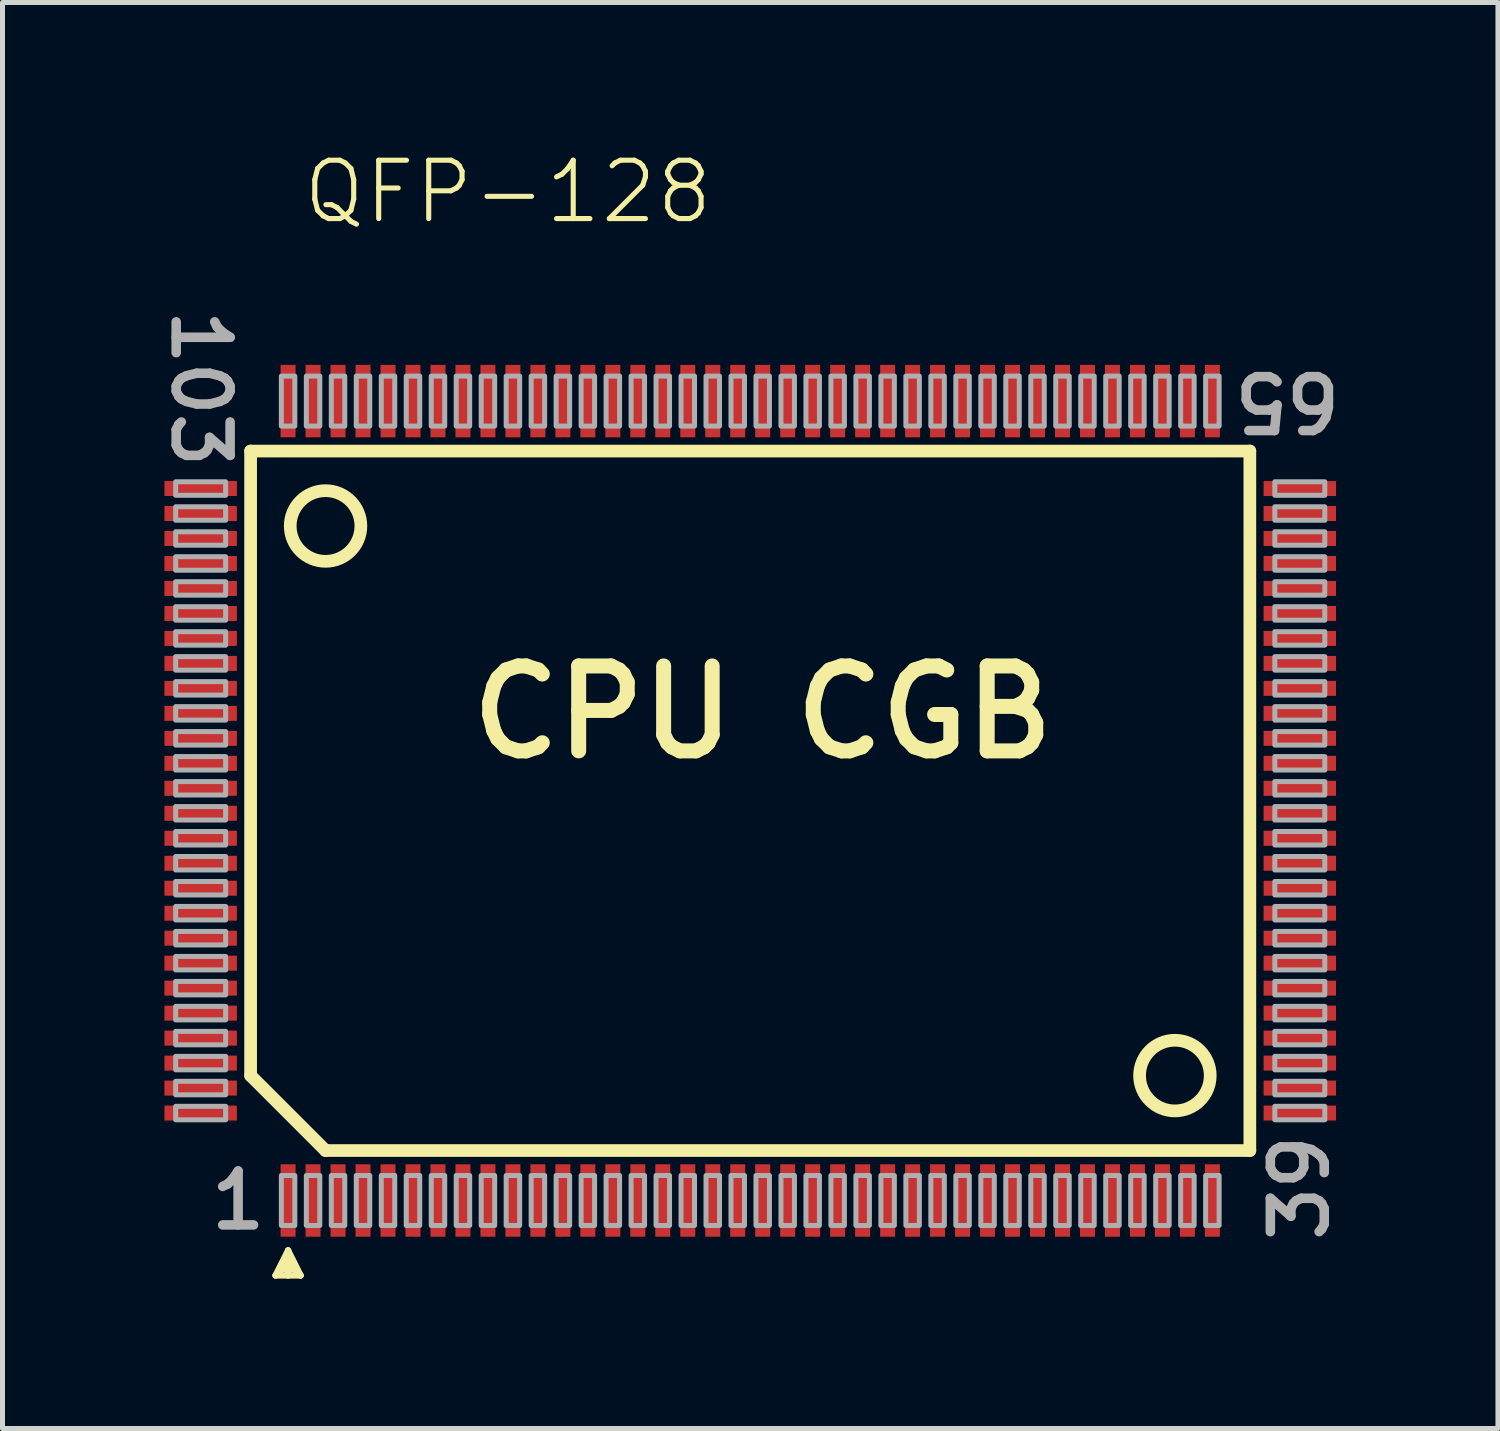
<source format=kicad_pcb>
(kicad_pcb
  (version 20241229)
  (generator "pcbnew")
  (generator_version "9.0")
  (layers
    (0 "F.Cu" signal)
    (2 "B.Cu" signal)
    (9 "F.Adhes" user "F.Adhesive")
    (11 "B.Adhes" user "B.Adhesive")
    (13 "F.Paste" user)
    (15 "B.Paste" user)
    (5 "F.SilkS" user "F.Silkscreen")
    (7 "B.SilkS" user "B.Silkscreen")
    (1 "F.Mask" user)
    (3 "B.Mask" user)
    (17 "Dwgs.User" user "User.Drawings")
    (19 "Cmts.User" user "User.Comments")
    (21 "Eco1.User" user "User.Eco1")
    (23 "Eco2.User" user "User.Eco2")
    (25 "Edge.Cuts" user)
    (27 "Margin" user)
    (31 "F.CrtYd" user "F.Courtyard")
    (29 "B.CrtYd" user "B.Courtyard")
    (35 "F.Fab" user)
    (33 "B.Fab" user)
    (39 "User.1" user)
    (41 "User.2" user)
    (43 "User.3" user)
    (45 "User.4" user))
  (footprint "QFP-128"
    (layer "F.Cu")
    (at 10.966 16.478)
    (property "Reference" "QFP-128" (at -8.005 -15.005 0) (unlocked yes) (layer "F.SilkS") (effects (font (size 1.168 1.168) (thickness 0.102)) (justify left bottom)))
    (fp_line (start -9 -10.5) (end 11 -10.5) (stroke (width 0.254) (type solid)) (layer "F.SilkS"))
    (fp_line (start -9 2) (end -9 -10.5) (stroke (width 0.254) (type solid)) (layer "F.SilkS"))
    (fp_line (start -9 2) (end -7.5 3.5) (stroke (width 0.254) (type solid)) (layer "F.SilkS"))
    (fp_line (start -8.5 6) (end -8.25 6) (stroke (width 0.127) (type solid)) (layer "F.SilkS"))
    (fp_line (start -8.375 5.875) (end -8.5 6) (stroke (width 0.127) (type solid)) (layer "F.SilkS"))
    (fp_line (start -8.375 5.875) (end -8.125 5.875) (stroke (width 0.127) (type solid)) (layer "F.SilkS"))
    (fp_line (start -8.25 5.5) (end -8.5 6) (stroke (width 0.127) (type solid)) (layer "F.SilkS"))
    (fp_line (start -8.25 5.5) (end -8.25 5.75) (stroke (width 0.127) (type solid)) (layer "F.SilkS"))
    (fp_line (start -8.25 5.75) (end -8.375 5.875) (stroke (width 0.127) (type solid)) (layer "F.SilkS"))
    (fp_line (start -8.25 6) (end -8.25 5.75) (stroke (width 0.127) (type solid)) (layer "F.SilkS"))
    (fp_line (start -8.25 6) (end -8 6) (stroke (width 0.127) (type solid)) (layer "F.SilkS"))
    (fp_line (start -8.125 5.875) (end -8.25 5.75) (stroke (width 0.127) (type solid)) (layer "F.SilkS"))
    (fp_line (start -8 6) (end -8.25 5.5) (stroke (width 0.127) (type solid)) (layer "F.SilkS"))
    (fp_line (start -8 6) (end -8.125 5.875) (stroke (width 0.127) (type solid)) (layer "F.SilkS"))
    (fp_line (start 11 -10.5) (end 11 3.5) (stroke (width 0.254) (type solid)) (layer "F.SilkS"))
    (fp_line (start 11 3.5) (end -7.5 3.5) (stroke (width 0.254) (type solid)) (layer "F.SilkS"))
    (fp_circle (center -7.5 -9) (end -6.793 -9) (stroke (width 0.254) (type solid)) (fill no) (layer "F.SilkS"))
    (fp_circle (center 9.5 2) (end 10.207 2) (stroke (width 0.254) (type solid)) (fill no) (layer "F.SilkS"))
    (fp_poly (pts (xy -10.5 -9.615) (xy -9.5 -9.615) (xy -9.5 -9.885) (xy -10.5 -9.885)) (stroke (width 0.1) (type default)) (fill no) (layer "F.Fab"))
    (fp_poly (pts (xy -10.5 -9.115) (xy -9.5 -9.115) (xy -9.5 -9.385) (xy -10.5 -9.385)) (stroke (width 0.1) (type default)) (fill no) (layer "F.Fab"))
    (fp_poly (pts (xy -10.5 -8.615) (xy -9.5 -8.615) (xy -9.5 -8.885) (xy -10.5 -8.885)) (stroke (width 0.1) (type default)) (fill no) (layer "F.Fab"))
    (fp_poly (pts (xy -10.5 -8.115) (xy -9.5 -8.115) (xy -9.5 -8.385) (xy -10.5 -8.385)) (stroke (width 0.1) (type default)) (fill no) (layer "F.Fab"))
    (fp_poly (pts (xy -10.5 -7.615) (xy -9.5 -7.615) (xy -9.5 -7.885) (xy -10.5 -7.885)) (stroke (width 0.1) (type default)) (fill no) (layer "F.Fab"))
    (fp_poly (pts (xy -10.5 -7.115) (xy -9.5 -7.115) (xy -9.5 -7.385) (xy -10.5 -7.385)) (stroke (width 0.1) (type default)) (fill no) (layer "F.Fab"))
    (fp_poly (pts (xy -10.5 -6.615) (xy -9.5 -6.615) (xy -9.5 -6.885) (xy -10.5 -6.885)) (stroke (width 0.1) (type default)) (fill no) (layer "F.Fab"))
    (fp_poly (pts (xy -10.5 -6.115) (xy -9.5 -6.115) (xy -9.5 -6.385) (xy -10.5 -6.385)) (stroke (width 0.1) (type default)) (fill no) (layer "F.Fab"))
    (fp_poly (pts (xy -10.5 -5.615) (xy -9.5 -5.615) (xy -9.5 -5.885) (xy -10.5 -5.885)) (stroke (width 0.1) (type default)) (fill no) (layer "F.Fab"))
    (fp_poly (pts (xy -10.5 -5.115) (xy -9.5 -5.115) (xy -9.5 -5.385) (xy -10.5 -5.385)) (stroke (width 0.1) (type default)) (fill no) (layer "F.Fab"))
    (fp_poly (pts (xy -10.5 -4.615) (xy -9.5 -4.615) (xy -9.5 -4.885) (xy -10.5 -4.885)) (stroke (width 0.1) (type default)) (fill no) (layer "F.Fab"))
    (fp_poly (pts (xy -10.5 -4.115) (xy -9.5 -4.115) (xy -9.5 -4.385) (xy -10.5 -4.385)) (stroke (width 0.1) (type default)) (fill no) (layer "F.Fab"))
    (fp_poly (pts (xy -10.5 -3.615) (xy -9.5 -3.615) (xy -9.5 -3.885) (xy -10.5 -3.885)) (stroke (width 0.1) (type default)) (fill no) (layer "F.Fab"))
    (fp_poly (pts (xy -10.5 -3.115) (xy -9.5 -3.115) (xy -9.5 -3.385) (xy -10.5 -3.385)) (stroke (width 0.1) (type default)) (fill no) (layer "F.Fab"))
    (fp_poly (pts (xy -10.5 -2.615) (xy -9.5 -2.615) (xy -9.5 -2.885) (xy -10.5 -2.885)) (stroke (width 0.1) (type default)) (fill no) (layer "F.Fab"))
    (fp_poly (pts (xy -10.5 -2.115) (xy -9.5 -2.115) (xy -9.5 -2.385) (xy -10.5 -2.385)) (stroke (width 0.1) (type default)) (fill no) (layer "F.Fab"))
    (fp_poly (pts (xy -10.5 -1.615) (xy -9.5 -1.615) (xy -9.5 -1.885) (xy -10.5 -1.885)) (stroke (width 0.1) (type default)) (fill no) (layer "F.Fab"))
    (fp_poly (pts (xy -10.5 -1.115) (xy -9.5 -1.115) (xy -9.5 -1.385) (xy -10.5 -1.385)) (stroke (width 0.1) (type default)) (fill no) (layer "F.Fab"))
    (fp_poly (pts (xy -10.5 -0.615) (xy -9.5 -0.615) (xy -9.5 -0.885) (xy -10.5 -0.885)) (stroke (width 0.1) (type default)) (fill no) (layer "F.Fab"))
    (fp_poly (pts (xy -10.5 -0.115) (xy -9.5 -0.115) (xy -9.5 -0.385) (xy -10.5 -0.385)) (stroke (width 0.1) (type default)) (fill no) (layer "F.Fab"))
    (fp_poly (pts (xy -10.5 0.385) (xy -9.5 0.385) (xy -9.5 0.115) (xy -10.5 0.115)) (stroke (width 0.1) (type default)) (fill no) (layer "F.Fab"))
    (fp_poly (pts (xy -10.5 0.885) (xy -9.5 0.885) (xy -9.5 0.615) (xy -10.5 0.615)) (stroke (width 0.1) (type default)) (fill no) (layer "F.Fab"))
    (fp_poly (pts (xy -10.5 1.385) (xy -9.5 1.385) (xy -9.5 1.115) (xy -10.5 1.115)) (stroke (width 0.1) (type default)) (fill no) (layer "F.Fab"))
    (fp_poly (pts (xy -10.5 1.885) (xy -9.5 1.885) (xy -9.5 1.615) (xy -10.5 1.615)) (stroke (width 0.1) (type default)) (fill no) (layer "F.Fab"))
    (fp_poly (pts (xy -10.5 2.385) (xy -9.5 2.385) (xy -9.5 2.115) (xy -10.5 2.115)) (stroke (width 0.1) (type default)) (fill no) (layer "F.Fab"))
    (fp_poly (pts (xy -10.5 2.885) (xy -9.5 2.885) (xy -9.5 2.615) (xy -10.5 2.615)) (stroke (width 0.1) (type default)) (fill no) (layer "F.Fab"))
    (fp_poly (pts (xy -8.385 5) (xy -8.115 5) (xy -8.115 4) (xy -8.385 4)) (stroke (width 0.1) (type default)) (fill no) (layer "F.Fab"))
    (fp_poly (pts (xy -8.115 -11) (xy -8.115 -12) (xy -8.385 -12) (xy -8.385 -11)) (stroke (width 0.1) (type default)) (fill no) (layer "F.Fab"))
    (fp_poly (pts (xy -7.885 5) (xy -7.615 5) (xy -7.615 4) (xy -7.885 4)) (stroke (width 0.1) (type default)) (fill no) (layer "F.Fab"))
    (fp_poly (pts (xy -7.615 -11) (xy -7.615 -12) (xy -7.885 -12) (xy -7.885 -11)) (stroke (width 0.1) (type default)) (fill no) (layer "F.Fab"))
    (fp_poly (pts (xy -7.385 -11) (xy -7.115 -11) (xy -7.115 -12) (xy -7.385 -12)) (stroke (width 0.1) (type default)) (fill no) (layer "F.Fab"))
    (fp_poly (pts (xy -7.385 5) (xy -7.115 5) (xy -7.115 4) (xy -7.385 4)) (stroke (width 0.1) (type default)) (fill no) (layer "F.Fab"))
    (fp_poly (pts (xy -6.885 -11) (xy -6.615 -11) (xy -6.615 -12) (xy -6.885 -12)) (stroke (width 0.1) (type default)) (fill no) (layer "F.Fab"))
    (fp_poly (pts (xy -6.885 5) (xy -6.615 5) (xy -6.615 4) (xy -6.885 4)) (stroke (width 0.1) (type default)) (fill no) (layer "F.Fab"))
    (fp_poly (pts (xy -6.385 -11) (xy -6.115 -11) (xy -6.115 -12) (xy -6.385 -12)) (stroke (width 0.1) (type default)) (fill no) (layer "F.Fab"))
    (fp_poly (pts (xy -6.385 5) (xy -6.115 5) (xy -6.115 4) (xy -6.385 4)) (stroke (width 0.1) (type default)) (fill no) (layer "F.Fab"))
    (fp_poly (pts (xy -5.885 -11) (xy -5.615 -11) (xy -5.615 -12) (xy -5.885 -12)) (stroke (width 0.1) (type default)) (fill no) (layer "F.Fab"))
    (fp_poly (pts (xy -5.885 5) (xy -5.615 5) (xy -5.615 4) (xy -5.885 4)) (stroke (width 0.1) (type default)) (fill no) (layer "F.Fab"))
    (fp_poly (pts (xy -5.385 -11) (xy -5.115 -11) (xy -5.115 -12) (xy -5.385 -12)) (stroke (width 0.1) (type default)) (fill no) (layer "F.Fab"))
    (fp_poly (pts (xy -5.385 5) (xy -5.115 5) (xy -5.115 4) (xy -5.385 4)) (stroke (width 0.1) (type default)) (fill no) (layer "F.Fab"))
    (fp_poly (pts (xy -4.885 -11) (xy -4.615 -11) (xy -4.615 -12) (xy -4.885 -12)) (stroke (width 0.1) (type default)) (fill no) (layer "F.Fab"))
    (fp_poly (pts (xy -4.885 5) (xy -4.615 5) (xy -4.615 4) (xy -4.885 4)) (stroke (width 0.1) (type default)) (fill no) (layer "F.Fab"))
    (fp_poly (pts (xy -4.385 -11) (xy -4.115 -11) (xy -4.115 -12) (xy -4.385 -12)) (stroke (width 0.1) (type default)) (fill no) (layer "F.Fab"))
    (fp_poly (pts (xy -4.385 5) (xy -4.115 5) (xy -4.115 4) (xy -4.385 4)) (stroke (width 0.1) (type default)) (fill no) (layer "F.Fab"))
    (fp_poly (pts (xy -3.885 -11) (xy -3.615 -11) (xy -3.615 -12) (xy -3.885 -12)) (stroke (width 0.1) (type default)) (fill no) (layer "F.Fab"))
    (fp_poly (pts (xy -3.885 5) (xy -3.615 5) (xy -3.615 4) (xy -3.885 4)) (stroke (width 0.1) (type default)) (fill no) (layer "F.Fab"))
    (fp_poly (pts (xy -3.385 -11) (xy -3.115 -11) (xy -3.115 -12) (xy -3.385 -12)) (stroke (width 0.1) (type default)) (fill no) (layer "F.Fab"))
    (fp_poly (pts (xy -3.385 5) (xy -3.115 5) (xy -3.115 4) (xy -3.385 4)) (stroke (width 0.1) (type default)) (fill no) (layer "F.Fab"))
    (fp_poly (pts (xy -2.885 -11) (xy -2.615 -11) (xy -2.615 -12) (xy -2.885 -12)) (stroke (width 0.1) (type default)) (fill no) (layer "F.Fab"))
    (fp_poly (pts (xy -2.885 5) (xy -2.615 5) (xy -2.615 4) (xy -2.885 4)) (stroke (width 0.1) (type default)) (fill no) (layer "F.Fab"))
    (fp_poly (pts (xy -2.385 -11) (xy -2.115 -11) (xy -2.115 -12) (xy -2.385 -12)) (stroke (width 0.1) (type default)) (fill no) (layer "F.Fab"))
    (fp_poly (pts (xy -2.385 5) (xy -2.115 5) (xy -2.115 4) (xy -2.385 4)) (stroke (width 0.1) (type default)) (fill no) (layer "F.Fab"))
    (fp_poly (pts (xy -1.885 -11) (xy -1.615 -11) (xy -1.615 -12) (xy -1.885 -12)) (stroke (width 0.1) (type default)) (fill no) (layer "F.Fab"))
    (fp_poly (pts (xy -1.885 5) (xy -1.615 5) (xy -1.615 4) (xy -1.885 4)) (stroke (width 0.1) (type default)) (fill no) (layer "F.Fab"))
    (fp_poly (pts (xy -1.385 -11) (xy -1.115 -11) (xy -1.115 -12) (xy -1.385 -12)) (stroke (width 0.1) (type default)) (fill no) (layer "F.Fab"))
    (fp_poly (pts (xy -1.385 5) (xy -1.115 5) (xy -1.115 4) (xy -1.385 4)) (stroke (width 0.1) (type default)) (fill no) (layer "F.Fab"))
    (fp_poly (pts (xy -0.885 -11) (xy -0.615 -11) (xy -0.615 -12) (xy -0.885 -12)) (stroke (width 0.1) (type default)) (fill no) (layer "F.Fab"))
    (fp_poly (pts (xy -0.885 5) (xy -0.615 5) (xy -0.615 4) (xy -0.885 4)) (stroke (width 0.1) (type default)) (fill no) (layer "F.Fab"))
    (fp_poly (pts (xy -0.385 -11) (xy -0.115 -11) (xy -0.115 -12) (xy -0.385 -12)) (stroke (width 0.1) (type default)) (fill no) (layer "F.Fab"))
    (fp_poly (pts (xy -0.385 5) (xy -0.115 5) (xy -0.115 4) (xy -0.385 4)) (stroke (width 0.1) (type default)) (fill no) (layer "F.Fab"))
    (fp_poly (pts (xy 0.115 -11) (xy 0.385 -11) (xy 0.385 -12) (xy 0.115 -12)) (stroke (width 0.1) (type default)) (fill no) (layer "F.Fab"))
    (fp_poly (pts (xy 0.115 5) (xy 0.385 5) (xy 0.385 4) (xy 0.115 4)) (stroke (width 0.1) (type default)) (fill no) (layer "F.Fab"))
    (fp_poly (pts (xy 0.615 -11) (xy 0.885 -11) (xy 0.885 -12) (xy 0.615 -12)) (stroke (width 0.1) (type default)) (fill no) (layer "F.Fab"))
    (fp_poly (pts (xy 0.615 5) (xy 0.885 5) (xy 0.885 4) (xy 0.615 4)) (stroke (width 0.1) (type default)) (fill no) (layer "F.Fab"))
    (fp_poly (pts (xy 1.115 -11) (xy 1.385 -11) (xy 1.385 -12) (xy 1.115 -12)) (stroke (width 0.1) (type default)) (fill no) (layer "F.Fab"))
    (fp_poly (pts (xy 1.115 5) (xy 1.385 5) (xy 1.385 4) (xy 1.115 4)) (stroke (width 0.1) (type default)) (fill no) (layer "F.Fab"))
    (fp_poly (pts (xy 1.615 -11) (xy 1.885 -11) (xy 1.885 -12) (xy 1.615 -12)) (stroke (width 0.1) (type default)) (fill no) (layer "F.Fab"))
    (fp_poly (pts (xy 1.615 5) (xy 1.885 5) (xy 1.885 4) (xy 1.615 4)) (stroke (width 0.1) (type default)) (fill no) (layer "F.Fab"))
    (fp_poly (pts (xy 2.115 -11) (xy 2.385 -11) (xy 2.385 -12) (xy 2.115 -12)) (stroke (width 0.1) (type default)) (fill no) (layer "F.Fab"))
    (fp_poly (pts (xy 2.115 5) (xy 2.385 5) (xy 2.385 4) (xy 2.115 4)) (stroke (width 0.1) (type default)) (fill no) (layer "F.Fab"))
    (fp_poly (pts (xy 2.615 -11) (xy 2.885 -11) (xy 2.885 -12) (xy 2.615 -12)) (stroke (width 0.1) (type default)) (fill no) (layer "F.Fab"))
    (fp_poly (pts (xy 2.615 5) (xy 2.885 5) (xy 2.885 4) (xy 2.615 4)) (stroke (width 0.1) (type default)) (fill no) (layer "F.Fab"))
    (fp_poly (pts (xy 3.115 -11) (xy 3.385 -11) (xy 3.385 -12) (xy 3.115 -12)) (stroke (width 0.1) (type default)) (fill no) (layer "F.Fab"))
    (fp_poly (pts (xy 3.115 5) (xy 3.385 5) (xy 3.385 4) (xy 3.115 4)) (stroke (width 0.1) (type default)) (fill no) (layer "F.Fab"))
    (fp_poly (pts (xy 3.615 -11) (xy 3.885 -11) (xy 3.885 -12) (xy 3.615 -12)) (stroke (width 0.1) (type default)) (fill no) (layer "F.Fab"))
    (fp_poly (pts (xy 3.615 5) (xy 3.885 5) (xy 3.885 4) (xy 3.615 4)) (stroke (width 0.1) (type default)) (fill no) (layer "F.Fab"))
    (fp_poly (pts (xy 4.115 -11) (xy 4.385 -11) (xy 4.385 -12) (xy 4.115 -12)) (stroke (width 0.1) (type default)) (fill no) (layer "F.Fab"))
    (fp_poly (pts (xy 4.115 5) (xy 4.385 5) (xy 4.385 4) (xy 4.115 4)) (stroke (width 0.1) (type default)) (fill no) (layer "F.Fab"))
    (fp_poly (pts (xy 4.615 -11) (xy 4.885 -11) (xy 4.885 -12) (xy 4.615 -12)) (stroke (width 0.1) (type default)) (fill no) (layer "F.Fab"))
    (fp_poly (pts (xy 4.615 5) (xy 4.885 5) (xy 4.885 4) (xy 4.615 4)) (stroke (width 0.1) (type default)) (fill no) (layer "F.Fab"))
    (fp_poly (pts (xy 5.115 -11) (xy 5.385 -11) (xy 5.385 -12) (xy 5.115 -12)) (stroke (width 0.1) (type default)) (fill no) (layer "F.Fab"))
    (fp_poly (pts (xy 5.115 5) (xy 5.385 5) (xy 5.385 4) (xy 5.115 4)) (stroke (width 0.1) (type default)) (fill no) (layer "F.Fab"))
    (fp_poly (pts (xy 5.615 -11) (xy 5.885 -11) (xy 5.885 -12) (xy 5.615 -12)) (stroke (width 0.1) (type default)) (fill no) (layer "F.Fab"))
    (fp_poly (pts (xy 5.615 5) (xy 5.885 5) (xy 5.885 4) (xy 5.615 4)) (stroke (width 0.1) (type default)) (fill no) (layer "F.Fab"))
    (fp_poly (pts (xy 6.115 -11) (xy 6.385 -11) (xy 6.385 -12) (xy 6.115 -12)) (stroke (width 0.1) (type default)) (fill no) (layer "F.Fab"))
    (fp_poly (pts (xy 6.115 5) (xy 6.385 5) (xy 6.385 4) (xy 6.115 4)) (stroke (width 0.1) (type default)) (fill no) (layer "F.Fab"))
    (fp_poly (pts (xy 6.615 -11) (xy 6.885 -11) (xy 6.885 -12) (xy 6.615 -12)) (stroke (width 0.1) (type default)) (fill no) (layer "F.Fab"))
    (fp_poly (pts (xy 6.615 5) (xy 6.885 5) (xy 6.885 4) (xy 6.615 4)) (stroke (width 0.1) (type default)) (fill no) (layer "F.Fab"))
    (fp_poly (pts (xy 7.115 -11) (xy 7.385 -11) (xy 7.385 -12) (xy 7.115 -12)) (stroke (width 0.1) (type default)) (fill no) (layer "F.Fab"))
    (fp_poly (pts (xy 7.115 5) (xy 7.385 5) (xy 7.385 4) (xy 7.115 4)) (stroke (width 0.1) (type default)) (fill no) (layer "F.Fab"))
    (fp_poly (pts (xy 7.615 -11) (xy 7.885 -11) (xy 7.885 -12) (xy 7.615 -12)) (stroke (width 0.1) (type default)) (fill no) (layer "F.Fab"))
    (fp_poly (pts (xy 7.615 5) (xy 7.885 5) (xy 7.885 4) (xy 7.615 4)) (stroke (width 0.1) (type default)) (fill no) (layer "F.Fab"))
    (fp_poly (pts (xy 8.115 -11) (xy 8.385 -11) (xy 8.385 -12) (xy 8.115 -12)) (stroke (width 0.1) (type default)) (fill no) (layer "F.Fab"))
    (fp_poly (pts (xy 8.115 5) (xy 8.385 5) (xy 8.385 4) (xy 8.115 4)) (stroke (width 0.1) (type default)) (fill no) (layer "F.Fab"))
    (fp_poly (pts (xy 8.615 -11) (xy 8.885 -11) (xy 8.885 -12) (xy 8.615 -12)) (stroke (width 0.1) (type default)) (fill no) (layer "F.Fab"))
    (fp_poly (pts (xy 8.615 5) (xy 8.885 5) (xy 8.885 4) (xy 8.615 4)) (stroke (width 0.1) (type default)) (fill no) (layer "F.Fab"))
    (fp_poly (pts (xy 9.115 -11) (xy 9.385 -11) (xy 9.385 -12) (xy 9.115 -12)) (stroke (width 0.1) (type default)) (fill no) (layer "F.Fab"))
    (fp_poly (pts (xy 9.115 5) (xy 9.385 5) (xy 9.385 4) (xy 9.115 4)) (stroke (width 0.1) (type default)) (fill no) (layer "F.Fab"))
    (fp_poly (pts (xy 9.615 -11) (xy 9.885 -11) (xy 9.885 -12) (xy 9.615 -12)) (stroke (width 0.1) (type default)) (fill no) (layer "F.Fab"))
    (fp_poly (pts (xy 9.885 5) (xy 9.885 4) (xy 9.615 4) (xy 9.615 5)) (stroke (width 0.1) (type default)) (fill no) (layer "F.Fab"))
    (fp_poly (pts (xy 10.115 -11) (xy 10.385 -11) (xy 10.385 -12) (xy 10.115 -12)) (stroke (width 0.1) (type default)) (fill no) (layer "F.Fab"))
    (fp_poly (pts (xy 10.385 5) (xy 10.385 4) (xy 10.115 4) (xy 10.115 5)) (stroke (width 0.1) (type default)) (fill no) (layer "F.Fab"))
    (fp_poly (pts (xy 11.5 -9.615) (xy 12.5 -9.615) (xy 12.5 -9.885) (xy 11.5 -9.885)) (stroke (width 0.1) (type default)) (fill no) (layer "F.Fab"))
    (fp_poly (pts (xy 11.5 -9.115) (xy 12.5 -9.115) (xy 12.5 -9.385) (xy 11.5 -9.385)) (stroke (width 0.1) (type default)) (fill no) (layer "F.Fab"))
    (fp_poly (pts (xy 11.5 -8.615) (xy 12.5 -8.615) (xy 12.5 -8.885) (xy 11.5 -8.885)) (stroke (width 0.1) (type default)) (fill no) (layer "F.Fab"))
    (fp_poly (pts (xy 11.5 -8.115) (xy 12.5 -8.115) (xy 12.5 -8.385) (xy 11.5 -8.385)) (stroke (width 0.1) (type default)) (fill no) (layer "F.Fab"))
    (fp_poly (pts (xy 11.5 -7.615) (xy 12.5 -7.615) (xy 12.5 -7.885) (xy 11.5 -7.885)) (stroke (width 0.1) (type default)) (fill no) (layer "F.Fab"))
    (fp_poly (pts (xy 11.5 -7.115) (xy 12.5 -7.115) (xy 12.5 -7.385) (xy 11.5 -7.385)) (stroke (width 0.1) (type default)) (fill no) (layer "F.Fab"))
    (fp_poly (pts (xy 11.5 -6.615) (xy 12.5 -6.615) (xy 12.5 -6.885) (xy 11.5 -6.885)) (stroke (width 0.1) (type default)) (fill no) (layer "F.Fab"))
    (fp_poly (pts (xy 11.5 -6.115) (xy 12.5 -6.115) (xy 12.5 -6.385) (xy 11.5 -6.385)) (stroke (width 0.1) (type default)) (fill no) (layer "F.Fab"))
    (fp_poly (pts (xy 11.5 -5.615) (xy 12.5 -5.615) (xy 12.5 -5.885) (xy 11.5 -5.885)) (stroke (width 0.1) (type default)) (fill no) (layer "F.Fab"))
    (fp_poly (pts (xy 11.5 -5.115) (xy 12.5 -5.115) (xy 12.5 -5.385) (xy 11.5 -5.385)) (stroke (width 0.1) (type default)) (fill no) (layer "F.Fab"))
    (fp_poly (pts (xy 11.5 -4.615) (xy 12.5 -4.615) (xy 12.5 -4.885) (xy 11.5 -4.885)) (stroke (width 0.1) (type default)) (fill no) (layer "F.Fab"))
    (fp_poly (pts (xy 11.5 -4.115) (xy 12.5 -4.115) (xy 12.5 -4.385) (xy 11.5 -4.385)) (stroke (width 0.1) (type default)) (fill no) (layer "F.Fab"))
    (fp_poly (pts (xy 11.5 -3.615) (xy 12.5 -3.615) (xy 12.5 -3.885) (xy 11.5 -3.885)) (stroke (width 0.1) (type default)) (fill no) (layer "F.Fab"))
    (fp_poly (pts (xy 11.5 -3.115) (xy 12.5 -3.115) (xy 12.5 -3.385) (xy 11.5 -3.385)) (stroke (width 0.1) (type default)) (fill no) (layer "F.Fab"))
    (fp_poly (pts (xy 11.5 -2.615) (xy 12.5 -2.615) (xy 12.5 -2.885) (xy 11.5 -2.885)) (stroke (width 0.1) (type default)) (fill no) (layer "F.Fab"))
    (fp_poly (pts (xy 11.5 -2.115) (xy 12.5 -2.115) (xy 12.5 -2.385) (xy 11.5 -2.385)) (stroke (width 0.1) (type default)) (fill no) (layer "F.Fab"))
    (fp_poly (pts (xy 11.5 -1.615) (xy 12.5 -1.615) (xy 12.5 -1.885) (xy 11.5 -1.885)) (stroke (width 0.1) (type default)) (fill no) (layer "F.Fab"))
    (fp_poly (pts (xy 11.5 -1.115) (xy 12.5 -1.115) (xy 12.5 -1.385) (xy 11.5 -1.385)) (stroke (width 0.1) (type default)) (fill no) (layer "F.Fab"))
    (fp_poly (pts (xy 11.5 -0.615) (xy 12.5 -0.615) (xy 12.5 -0.885) (xy 11.5 -0.885)) (stroke (width 0.1) (type default)) (fill no) (layer "F.Fab"))
    (fp_poly (pts (xy 11.5 -0.115) (xy 12.5 -0.115) (xy 12.5 -0.385) (xy 11.5 -0.385)) (stroke (width 0.1) (type default)) (fill no) (layer "F.Fab"))
    (fp_poly (pts (xy 11.5 0.385) (xy 12.5 0.385) (xy 12.5 0.115) (xy 11.5 0.115)) (stroke (width 0.1) (type default)) (fill no) (layer "F.Fab"))
    (fp_poly (pts (xy 11.5 0.885) (xy 12.5 0.885) (xy 12.5 0.615) (xy 11.5 0.615)) (stroke (width 0.1) (type default)) (fill no) (layer "F.Fab"))
    (fp_poly (pts (xy 11.5 1.385) (xy 12.5 1.385) (xy 12.5 1.115) (xy 11.5 1.115)) (stroke (width 0.1) (type default)) (fill no) (layer "F.Fab"))
    (fp_poly (pts (xy 11.5 1.885) (xy 12.5 1.885) (xy 12.5 1.615) (xy 11.5 1.615)) (stroke (width 0.1) (type default)) (fill no) (layer "F.Fab"))
    (fp_poly (pts (xy 11.5 2.385) (xy 12.5 2.385) (xy 12.5 2.115) (xy 11.5 2.115)) (stroke (width 0.1) (type default)) (fill no) (layer "F.Fab"))
    (fp_poly (pts (xy 11.5 2.885) (xy 12.5 2.885) (xy 12.5 2.615) (xy 11.5 2.615)) (stroke (width 0.1) (type default)) (fill no) (layer "F.Fab"))
    (fp_text user "CPU CGB" (at 1.25 -5.27 0) (unlocked yes) (layer "F.SilkS") (effects (font (size 1.7 1.7) (thickness 0.3))))
    (fp_text user "39" (at 12 4.25 90) (unlocked yes) (layer "F.Fab") (effects (font (size 1.079 1.079) (thickness 0.191))))
    (fp_text user "65" (at 11.75 -11.5 180) (unlocked yes) (layer "F.Fab") (effects (font (size 1.079 1.079) (thickness 0.191))))
    (fp_text user "1" (at -9.25 4.5 0) (unlocked yes) (layer "F.Fab") (effects (font (size 1.079 1.079) (thickness 0.191))))
    (fp_text user "103" (at -10 -11.75 270) (unlocked yes) (layer "F.Fab") (effects (font (size 1.079 1.079) (thickness 0.191))))
    (pad "1" smd rect (at -8.25 4.5 90) (size 1.45 0.3) (layers "F.Cu" "F.Mask" "F.Paste"))
    (pad "2" smd rect (at -7.75 4.5 90) (size 1.45 0.3) (layers "F.Cu" "F.Mask" "F.Paste"))
    (pad "3" smd rect (at -7.25 4.5 90) (size 1.45 0.3) (layers "F.Cu" "F.Mask" "F.Paste"))
    (pad "4" smd rect (at -6.75 4.5 90) (size 1.45 0.3) (layers "F.Cu" "F.Mask" "F.Paste"))
    (pad "5" smd rect (at -6.25 4.5 90) (size 1.45 0.3) (layers "F.Cu" "F.Mask" "F.Paste"))
    (pad "6" smd rect (at -5.75 4.5 90) (size 1.45 0.3) (layers "F.Cu" "F.Mask" "F.Paste"))
    (pad "7" smd rect (at -5.25 4.5 90) (size 1.45 0.3) (layers "F.Cu" "F.Mask" "F.Paste"))
    (pad "8" smd rect (at -4.75 4.5 90) (size 1.45 0.3) (layers "F.Cu" "F.Mask" "F.Paste"))
    (pad "9" smd rect (at -4.25 4.5 90) (size 1.45 0.3) (layers "F.Cu" "F.Mask" "F.Paste"))
    (pad "10" smd rect (at -3.75 4.5 90) (size 1.45 0.3) (layers "F.Cu" "F.Mask" "F.Paste"))
    (pad "11" smd rect (at -3.25 4.5 90) (size 1.45 0.3) (layers "F.Cu" "F.Mask" "F.Paste"))
    (pad "12" smd rect (at -2.75 4.5 90) (size 1.45 0.3) (layers "F.Cu" "F.Mask" "F.Paste"))
    (pad "13" smd rect (at -2.25 4.5 90) (size 1.45 0.3) (layers "F.Cu" "F.Mask" "F.Paste"))
    (pad "14" smd rect (at -1.75 4.5 90) (size 1.45 0.3) (layers "F.Cu" "F.Mask" "F.Paste"))
    (pad "15" smd rect (at -1.25 4.5 90) (size 1.45 0.3) (layers "F.Cu" "F.Mask" "F.Paste"))
    (pad "16" smd rect (at -0.75 4.5 90) (size 1.45 0.3) (layers "F.Cu" "F.Mask" "F.Paste"))
    (pad "17" smd rect (at -0.25 4.5 90) (size 1.45 0.3) (layers "F.Cu" "F.Mask" "F.Paste"))
    (pad "18" smd rect (at 0.25 4.5 90) (size 1.45 0.3) (layers "F.Cu" "F.Mask" "F.Paste"))
    (pad "19" smd rect (at 0.75 4.5 90) (size 1.45 0.3) (layers "F.Cu" "F.Mask" "F.Paste"))
    (pad "20" smd rect (at 1.25 4.5 90) (size 1.45 0.3) (layers "F.Cu" "F.Mask" "F.Paste"))
    (pad "21" smd rect (at 1.75 4.5 90) (size 1.45 0.3) (layers "F.Cu" "F.Mask" "F.Paste"))
    (pad "22" smd rect (at 2.25 4.5 90) (size 1.45 0.3) (layers "F.Cu" "F.Mask" "F.Paste"))
    (pad "23" smd rect (at 2.75 4.5 90) (size 1.45 0.3) (layers "F.Cu" "F.Mask" "F.Paste"))
    (pad "24" smd rect (at 3.25 4.5 90) (size 1.45 0.3) (layers "F.Cu" "F.Mask" "F.Paste"))
    (pad "25" smd rect (at 3.75 4.5 90) (size 1.45 0.3) (layers "F.Cu" "F.Mask" "F.Paste"))
    (pad "26" smd rect (at 4.25 4.5 90) (size 1.45 0.3) (layers "F.Cu" "F.Mask" "F.Paste"))
    (pad "27" smd rect (at 4.75 4.5 90) (size 1.45 0.3) (layers "F.Cu" "F.Mask" "F.Paste"))
    (pad "28" smd rect (at 5.25 4.5 90) (size 1.45 0.3) (layers "F.Cu" "F.Mask" "F.Paste"))
    (pad "29" smd rect (at 5.75 4.5 90) (size 1.45 0.3) (layers "F.Cu" "F.Mask" "F.Paste"))
    (pad "30" smd rect (at 6.25 4.5 90) (size 1.45 0.3) (layers "F.Cu" "F.Mask" "F.Paste"))
    (pad "31" smd rect (at 6.75 4.5 90) (size 1.45 0.3) (layers "F.Cu" "F.Mask" "F.Paste"))
    (pad "32" smd rect (at 7.25 4.5 90) (size 1.45 0.3) (layers "F.Cu" "F.Mask" "F.Paste"))
    (pad "33" smd rect (at 7.75 4.5 90) (size 1.45 0.3) (layers "F.Cu" "F.Mask" "F.Paste"))
    (pad "34" smd rect (at 8.25 4.5 90) (size 1.45 0.3) (layers "F.Cu" "F.Mask" "F.Paste"))
    (pad "35" smd rect (at 8.75 4.5 90) (size 1.45 0.3) (layers "F.Cu" "F.Mask" "F.Paste"))
    (pad "36" smd rect (at 9.25 4.5 90) (size 1.45 0.3) (layers "F.Cu" "F.Mask" "F.Paste"))
    (pad "37" smd rect (at 9.75 4.5 90) (size 1.45 0.3) (layers "F.Cu" "F.Mask" "F.Paste"))
    (pad "38" smd rect (at 10.25 4.5 90) (size 1.45 0.3) (layers "F.Cu" "F.Mask" "F.Paste"))
    (pad "39" smd rect (at 12 2.75 180) (size 1.45 0.3) (layers "F.Cu" "F.Mask" "F.Paste"))
    (pad "40" smd rect (at 12 2.25 180) (size 1.45 0.3) (layers "F.Cu" "F.Mask" "F.Paste"))
    (pad "41" smd rect (at 12 1.75 180) (size 1.45 0.3) (layers "F.Cu" "F.Mask" "F.Paste"))
    (pad "42" smd rect (at 12 1.25 180) (size 1.45 0.3) (layers "F.Cu" "F.Mask" "F.Paste"))
    (pad "43" smd rect (at 12 0.75 180) (size 1.45 0.3) (layers "F.Cu" "F.Mask" "F.Paste"))
    (pad "44" smd rect (at 12 0.25 180) (size 1.45 0.3) (layers "F.Cu" "F.Mask" "F.Paste"))
    (pad "45" smd rect (at 12 -0.25 180) (size 1.45 0.3) (layers "F.Cu" "F.Mask" "F.Paste"))
    (pad "46" smd rect (at 12 -0.75 180) (size 1.45 0.3) (layers "F.Cu" "F.Mask" "F.Paste"))
    (pad "47" smd rect (at 12 -1.25 180) (size 1.45 0.3) (layers "F.Cu" "F.Mask" "F.Paste"))
    (pad "48" smd rect (at 12 -1.75 180) (size 1.45 0.3) (layers "F.Cu" "F.Mask" "F.Paste"))
    (pad "49" smd rect (at 12 -2.25 180) (size 1.45 0.3) (layers "F.Cu" "F.Mask" "F.Paste"))
    (pad "50" smd rect (at 12 -2.75 180) (size 1.45 0.3) (layers "F.Cu" "F.Mask" "F.Paste"))
    (pad "51" smd rect (at 12 -3.25 180) (size 1.45 0.3) (layers "F.Cu" "F.Mask" "F.Paste"))
    (pad "52" smd rect (at 12 -3.75 180) (size 1.45 0.3) (layers "F.Cu" "F.Mask" "F.Paste"))
    (pad "53" smd rect (at 12 -4.25 180) (size 1.45 0.3) (layers "F.Cu" "F.Mask" "F.Paste"))
    (pad "54" smd rect (at 12 -4.75 180) (size 1.45 0.3) (layers "F.Cu" "F.Mask" "F.Paste"))
    (pad "55" smd rect (at 12 -5.25 180) (size 1.45 0.3) (layers "F.Cu" "F.Mask" "F.Paste"))
    (pad "56" smd rect (at 12 -5.75 180) (size 1.45 0.3) (layers "F.Cu" "F.Mask" "F.Paste"))
    (pad "57" smd rect (at 12 -6.25 180) (size 1.45 0.3) (layers "F.Cu" "F.Mask" "F.Paste"))
    (pad "58" smd rect (at 12 -6.75 180) (size 1.45 0.3) (layers "F.Cu" "F.Mask" "F.Paste"))
    (pad "59" smd rect (at 12 -7.25 180) (size 1.45 0.3) (layers "F.Cu" "F.Mask" "F.Paste"))
    (pad "60" smd rect (at 12 -7.75 180) (size 1.45 0.3) (layers "F.Cu" "F.Mask" "F.Paste"))
    (pad "61" smd rect (at 12 -8.25 180) (size 1.45 0.3) (layers "F.Cu" "F.Mask" "F.Paste"))
    (pad "62" smd rect (at 12 -8.75 180) (size 1.45 0.3) (layers "F.Cu" "F.Mask" "F.Paste"))
    (pad "63" smd rect (at 12 -9.25 180) (size 1.45 0.3) (layers "F.Cu" "F.Mask" "F.Paste"))
    (pad "64" smd rect (at 12 -9.75) (size 1.45 0.3) (layers "F.Cu" "F.Mask" "F.Paste"))
    (pad "65" smd rect (at 10.25 -11.5 270) (size 1.45 0.3) (layers "F.Cu" "F.Mask" "F.Paste"))
    (pad "66" smd rect (at 9.75 -11.5 270) (size 1.45 0.3) (layers "F.Cu" "F.Mask" "F.Paste"))
    (pad "67" smd rect (at 9.25 -11.5 270) (size 1.45 0.3) (layers "F.Cu" "F.Mask" "F.Paste"))
    (pad "68" smd rect (at 8.75 -11.5 270) (size 1.45 0.3) (layers "F.Cu" "F.Mask" "F.Paste"))
    (pad "69" smd rect (at 8.25 -11.5 270) (size 1.45 0.3) (layers "F.Cu" "F.Mask" "F.Paste"))
    (pad "70" smd rect (at 7.75 -11.5 270) (size 1.45 0.3) (layers "F.Cu" "F.Mask" "F.Paste"))
    (pad "71" smd rect (at 7.25 -11.5 270) (size 1.45 0.3) (layers "F.Cu" "F.Mask" "F.Paste"))
    (pad "72" smd rect (at 6.75 -11.5 270) (size 1.45 0.3) (layers "F.Cu" "F.Mask" "F.Paste"))
    (pad "73" smd rect (at 6.25 -11.5 270) (size 1.45 0.3) (layers "F.Cu" "F.Mask" "F.Paste"))
    (pad "74" smd rect (at 5.75 -11.5 270) (size 1.45 0.3) (layers "F.Cu" "F.Mask" "F.Paste"))
    (pad "75" smd rect (at 5.25 -11.5 270) (size 1.45 0.3) (layers "F.Cu" "F.Mask" "F.Paste"))
    (pad "76" smd rect (at 4.75 -11.5 270) (size 1.45 0.3) (layers "F.Cu" "F.Mask" "F.Paste"))
    (pad "77" smd rect (at 4.25 -11.5 270) (size 1.45 0.3) (layers "F.Cu" "F.Mask" "F.Paste"))
    (pad "78" smd rect (at 3.75 -11.5 270) (size 1.45 0.3) (layers "F.Cu" "F.Mask" "F.Paste"))
    (pad "79" smd rect (at 3.25 -11.5 270) (size 1.45 0.3) (layers "F.Cu" "F.Mask" "F.Paste"))
    (pad "80" smd rect (at 2.75 -11.5 270) (size 1.45 0.3) (layers "F.Cu" "F.Mask" "F.Paste"))
    (pad "81" smd rect (at 2.25 -11.5 270) (size 1.45 0.3) (layers "F.Cu" "F.Mask" "F.Paste"))
    (pad "82" smd rect (at 1.75 -11.5 270) (size 1.45 0.3) (layers "F.Cu" "F.Mask" "F.Paste"))
    (pad "83" smd rect (at 1.25 -11.5 270) (size 1.45 0.3) (layers "F.Cu" "F.Mask" "F.Paste"))
    (pad "84" smd rect (at 0.75 -11.5 270) (size 1.45 0.3) (layers "F.Cu" "F.Mask" "F.Paste"))
    (pad "85" smd rect (at 0.25 -11.5 270) (size 1.45 0.3) (layers "F.Cu" "F.Mask" "F.Paste"))
    (pad "86" smd rect (at -0.25 -11.5 270) (size 1.45 0.3) (layers "F.Cu" "F.Mask" "F.Paste"))
    (pad "87" smd rect (at -0.75 -11.5 270) (size 1.45 0.3) (layers "F.Cu" "F.Mask" "F.Paste"))
    (pad "88" smd rect (at -1.25 -11.5 270) (size 1.45 0.3) (layers "F.Cu" "F.Mask" "F.Paste"))
    (pad "89" smd rect (at -1.75 -11.5 270) (size 1.45 0.3) (layers "F.Cu" "F.Mask" "F.Paste"))
    (pad "90" smd rect (at -2.25 -11.5 270) (size 1.45 0.3) (layers "F.Cu" "F.Mask" "F.Paste"))
    (pad "91" smd rect (at -2.75 -11.5 270) (size 1.45 0.3) (layers "F.Cu" "F.Mask" "F.Paste"))
    (pad "92" smd rect (at -3.25 -11.5 270) (size 1.45 0.3) (layers "F.Cu" "F.Mask" "F.Paste"))
    (pad "93" smd rect (at -3.75 -11.5 270) (size 1.45 0.3) (layers "F.Cu" "F.Mask" "F.Paste"))
    (pad "94" smd rect (at -4.25 -11.5 270) (size 1.45 0.3) (layers "F.Cu" "F.Mask" "F.Paste"))
    (pad "95" smd rect (at -4.75 -11.5 270) (size 1.45 0.3) (layers "F.Cu" "F.Mask" "F.Paste"))
    (pad "96" smd rect (at -5.25 -11.5 270) (size 1.45 0.3) (layers "F.Cu" "F.Mask" "F.Paste"))
    (pad "97" smd rect (at -5.75 -11.5 270) (size 1.45 0.3) (layers "F.Cu" "F.Mask" "F.Paste"))
    (pad "98" smd rect (at -6.25 -11.5 270) (size 1.45 0.3) (layers "F.Cu" "F.Mask" "F.Paste"))
    (pad "99" smd rect (at -6.75 -11.5 270) (size 1.45 0.3) (layers "F.Cu" "F.Mask" "F.Paste"))
    (pad "100" smd rect (at -7.25 -11.5 270) (size 1.45 0.3) (layers "F.Cu" "F.Mask" "F.Paste"))
    (pad "101" smd rect (at -7.75 -11.5 270) (size 1.45 0.3) (layers "F.Cu" "F.Mask" "F.Paste"))
    (pad "102" smd rect (at -8.25 -11.5 270) (size 1.45 0.3) (layers "F.Cu" "F.Mask" "F.Paste"))
    (pad "103" smd rect (at -10 -9.75) (size 1.45 0.3) (layers "F.Cu" "F.Mask" "F.Paste"))
    (pad "104" smd rect (at -10 -9.25) (size 1.45 0.3) (layers "F.Cu" "F.Mask" "F.Paste"))
    (pad "105" smd rect (at -10 -8.75) (size 1.45 0.3) (layers "F.Cu" "F.Mask" "F.Paste"))
    (pad "106" smd rect (at -10 -8.25) (size 1.45 0.3) (layers "F.Cu" "F.Mask" "F.Paste"))
    (pad "107" smd rect (at -10 -7.75) (size 1.45 0.3) (layers "F.Cu" "F.Mask" "F.Paste"))
    (pad "108" smd rect (at -10 -7.25) (size 1.45 0.3) (layers "F.Cu" "F.Mask" "F.Paste"))
    (pad "109" smd rect (at -10 -6.75) (size 1.45 0.3) (layers "F.Cu" "F.Mask" "F.Paste"))
    (pad "110" smd rect (at -10 -6.25) (size 1.45 0.3) (layers "F.Cu" "F.Mask" "F.Paste"))
    (pad "111" smd rect (at -10 -5.75) (size 1.45 0.3) (layers "F.Cu" "F.Mask" "F.Paste"))
    (pad "112" smd rect (at -10 -5.25) (size 1.45 0.3) (layers "F.Cu" "F.Mask" "F.Paste"))
    (pad "113" smd rect (at -10 -4.75) (size 1.45 0.3) (layers "F.Cu" "F.Mask" "F.Paste"))
    (pad "114" smd rect (at -10 -4.25) (size 1.45 0.3) (layers "F.Cu" "F.Mask" "F.Paste"))
    (pad "115" smd rect (at -10 -3.75) (size 1.45 0.3) (layers "F.Cu" "F.Mask" "F.Paste"))
    (pad "116" smd rect (at -10 -3.25) (size 1.45 0.3) (layers "F.Cu" "F.Mask" "F.Paste"))
    (pad "117" smd rect (at -10 -2.75) (size 1.45 0.3) (layers "F.Cu" "F.Mask" "F.Paste"))
    (pad "118" smd rect (at -10 -2.25) (size 1.45 0.3) (layers "F.Cu" "F.Mask" "F.Paste"))
    (pad "119" smd rect (at -10 -1.75) (size 1.45 0.3) (layers "F.Cu" "F.Mask" "F.Paste"))
    (pad "120" smd rect (at -10 -1.25) (size 1.45 0.3) (layers "F.Cu" "F.Mask" "F.Paste"))
    (pad "121" smd rect (at -10 -0.75) (size 1.45 0.3) (layers "F.Cu" "F.Mask" "F.Paste"))
    (pad "122" smd rect (at -10 -0.25) (size 1.45 0.3) (layers "F.Cu" "F.Mask" "F.Paste"))
    (pad "123" smd rect (at -10 0.25) (size 1.45 0.3) (layers "F.Cu" "F.Mask" "F.Paste"))
    (pad "124" smd rect (at -10 0.75) (size 1.45 0.3) (layers "F.Cu" "F.Mask" "F.Paste"))
    (pad "125" smd rect (at -10 1.25) (size 1.45 0.3) (layers "F.Cu" "F.Mask" "F.Paste"))
    (pad "126" smd rect (at -10 1.75) (size 1.45 0.3) (layers "F.Cu" "F.Mask" "F.Paste"))
    (pad "127" smd rect (at -10 2.25) (size 1.45 0.3) (layers "F.Cu" "F.Mask" "F.Paste"))
    (pad "128" smd rect (at -10 2.75) (size 1.45 0.3) (layers "F.Cu" "F.Mask" "F.Paste")))
  (gr_rect
    (start -3 -3)
    (end 26.932 25.542)
    (stroke (width 0.1) (type default))
    (fill no)
    (layer "Edge.Cuts")))
</source>
